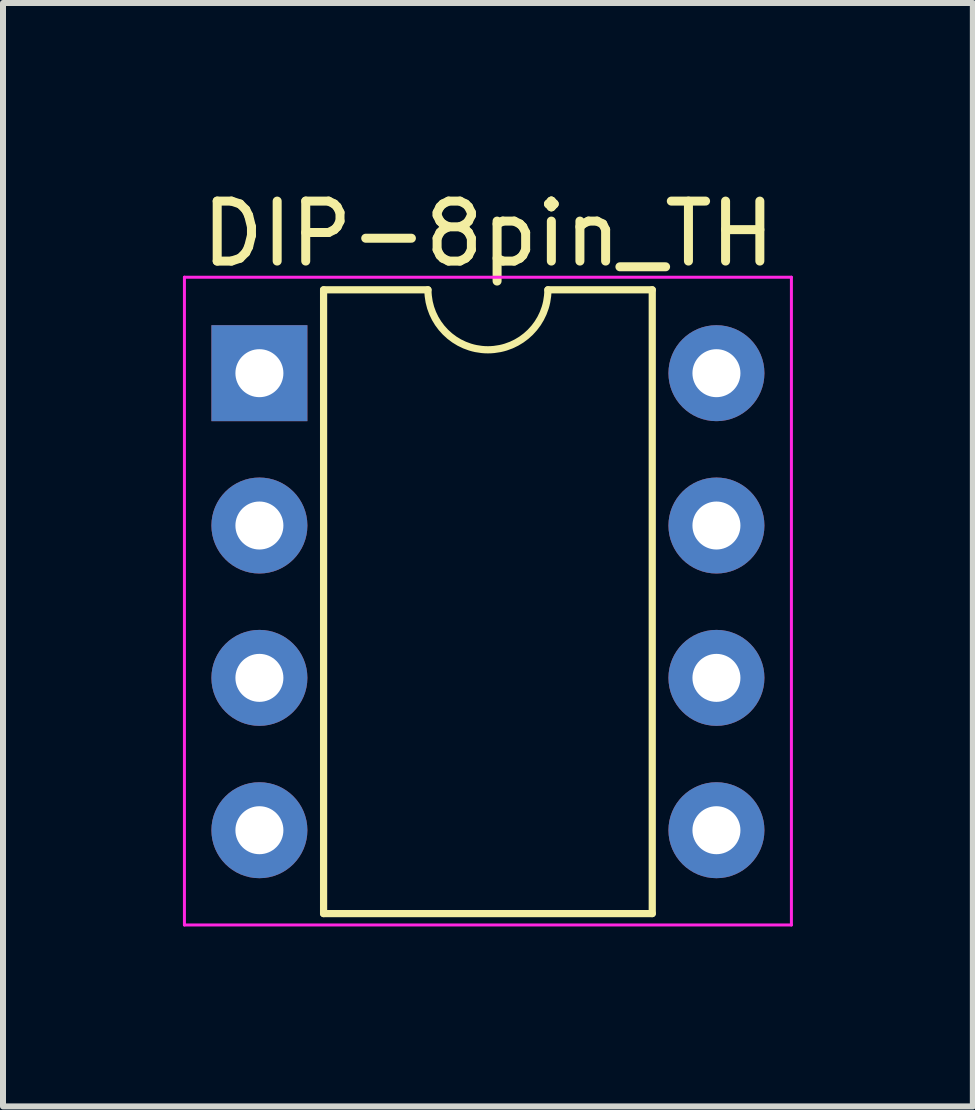
<source format=kicad_pcb>
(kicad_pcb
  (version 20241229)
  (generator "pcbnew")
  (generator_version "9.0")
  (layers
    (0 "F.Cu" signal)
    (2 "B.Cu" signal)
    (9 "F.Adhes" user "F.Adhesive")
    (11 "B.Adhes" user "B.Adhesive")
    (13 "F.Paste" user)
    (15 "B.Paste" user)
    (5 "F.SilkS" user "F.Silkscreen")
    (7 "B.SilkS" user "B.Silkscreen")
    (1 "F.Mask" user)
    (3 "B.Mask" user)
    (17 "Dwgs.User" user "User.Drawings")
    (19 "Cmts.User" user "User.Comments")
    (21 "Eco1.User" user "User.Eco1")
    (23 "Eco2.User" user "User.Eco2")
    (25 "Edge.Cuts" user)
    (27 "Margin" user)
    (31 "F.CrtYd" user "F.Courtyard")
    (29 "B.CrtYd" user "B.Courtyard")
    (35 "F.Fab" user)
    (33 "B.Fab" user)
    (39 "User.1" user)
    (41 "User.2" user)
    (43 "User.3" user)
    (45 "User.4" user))
  (footprint "DIP-8pin_TH"
    (layer "F.Cu")
    (at 1.275 3.172)
    (property "Reference" "DIP-8pin_TH" (at 3.82 -2.324 0) (layer "F.SilkS") (effects (font (size 1 1) (thickness 0.15))))
    (attr through_hole)
    (fp_line (start 1.07 -1.39) (end 1.07 9.01) (stroke (width 0.12) (type solid)) (layer "F.SilkS"))
    (fp_line (start 1.07 9.01) (end 6.55 9.01) (stroke (width 0.12) (type solid)) (layer "F.SilkS"))
    (fp_line (start 2.81 -1.39) (end 1.07 -1.39) (stroke (width 0.12) (type solid)) (layer "F.SilkS"))
    (fp_line (start 6.55 -1.39) (end 4.81 -1.39) (stroke (width 0.12) (type solid)) (layer "F.SilkS"))
    (fp_line (start 6.55 9.01) (end 6.55 -1.39) (stroke (width 0.12) (type solid)) (layer "F.SilkS"))
    (fp_arc (start 4.81 -1.39) (mid 3.81 -0.39) (end 2.81 -1.39) (stroke (width 0.12) (type solid)) (layer "F.SilkS"))
    (fp_line (start -1.25 -1.6) (end -1.25 9.2) (stroke (width 0.05) (type solid)) (layer "F.CrtYd"))
    (fp_line (start -1.25 9.2) (end 8.87 9.2) (stroke (width 0.05) (type solid)) (layer "F.CrtYd"))
    (fp_line (start 8.87 -1.6) (end -1.25 -1.6) (stroke (width 0.05) (type solid)) (layer "F.CrtYd"))
    (fp_line (start 8.87 9.2) (end 8.87 -1.6) (stroke (width 0.05) (type solid)) (layer "F.CrtYd"))
    (pad "1" thru_hole rect (at 0 0) (size 1.6 1.6) (drill 0.8) (layers "*.Cu" "*.Mask"))
    (pad "2" thru_hole oval (at 0 2.54) (size 1.6 1.6) (drill 0.8) (layers "*.Cu" "*.Mask"))
    (pad "3" thru_hole oval (at 0 5.08) (size 1.6 1.6) (drill 0.8) (layers "*.Cu" "*.Mask"))
    (pad "4" thru_hole oval (at 0 7.62) (size 1.6 1.6) (drill 0.8) (layers "*.Cu" "*.Mask"))
    (pad "5" thru_hole oval (at 7.62 7.62) (size 1.6 1.6) (drill 0.8) (layers "*.Cu" "*.Mask"))
    (pad "6" thru_hole oval (at 7.62 5.08) (size 1.6 1.6) (drill 0.8) (layers "*.Cu" "*.Mask"))
    (pad "7" thru_hole oval (at 7.62 2.54) (size 1.6 1.6) (drill 0.8) (layers "*.Cu" "*.Mask"))
    (pad "8" thru_hole oval (at 7.62 0) (size 1.6 1.6) (drill 0.8) (layers "*.Cu" "*.Mask")))
  (gr_rect
    (start -3 -3)
    (end 13.17 15.397)
    (stroke (width 0.1) (type default))
    (fill no)
    (layer "Edge.Cuts")))
</source>
